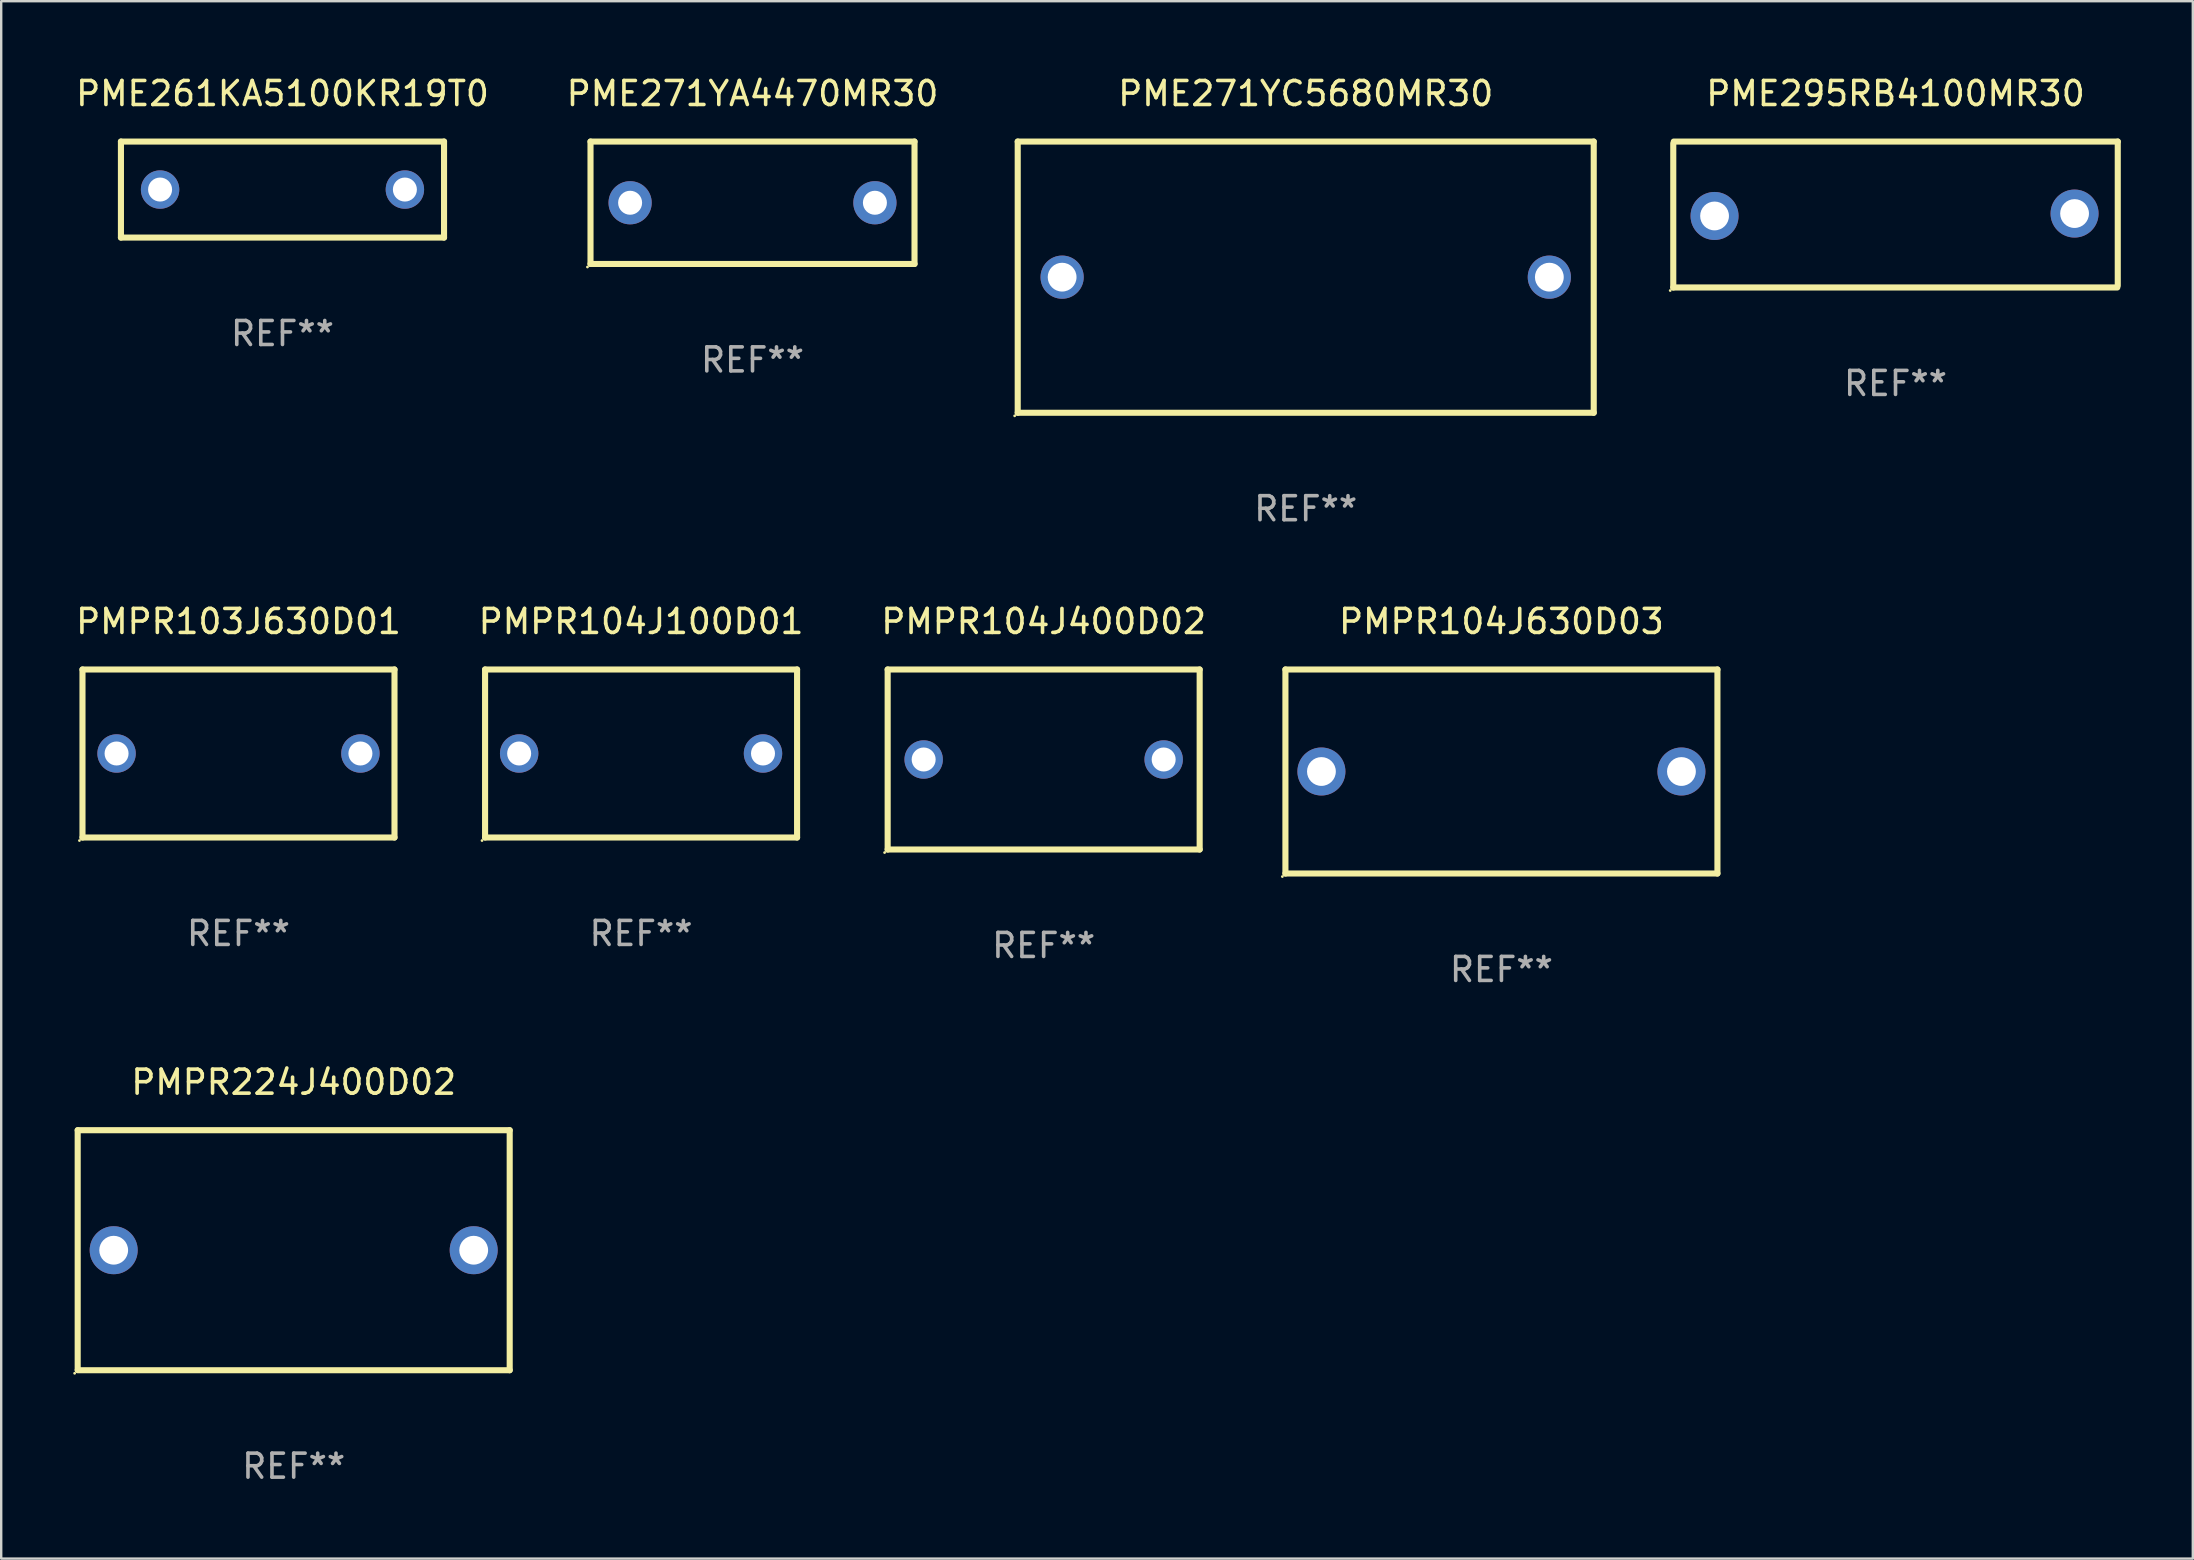
<source format=kicad_pcb>
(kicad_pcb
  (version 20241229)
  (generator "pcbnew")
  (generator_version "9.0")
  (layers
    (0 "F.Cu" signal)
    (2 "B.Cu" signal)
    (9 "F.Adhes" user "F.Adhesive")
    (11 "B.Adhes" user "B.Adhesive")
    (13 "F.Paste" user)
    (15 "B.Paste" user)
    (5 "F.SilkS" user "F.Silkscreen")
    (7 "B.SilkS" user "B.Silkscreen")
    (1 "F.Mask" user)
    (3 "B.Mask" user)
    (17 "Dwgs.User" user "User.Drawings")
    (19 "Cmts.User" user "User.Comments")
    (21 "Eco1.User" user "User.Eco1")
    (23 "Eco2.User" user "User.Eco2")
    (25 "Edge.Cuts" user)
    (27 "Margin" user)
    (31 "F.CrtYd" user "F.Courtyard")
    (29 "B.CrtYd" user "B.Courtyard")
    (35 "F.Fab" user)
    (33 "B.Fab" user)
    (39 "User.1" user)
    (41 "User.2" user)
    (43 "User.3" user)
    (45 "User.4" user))
  (footprint "PME295RB4100MR30"
    (layer "F.Cu")
    (at 75.928 5.888)
    (property "Reference" "PME295RB4100MR30" (at 0 -5.04 0) (layer "F.SilkS") (effects (font (size 1 1) (thickness 0.15))))
    (attr through_hole)
    (fp_line (start -9.26 3.04) (end -9.26 -2.96) (stroke (width 0.254) (type solid)) (layer "F.SilkS"))
    (fp_line (start -9.24 -3.04) (end 9.26 -3.04) (stroke (width 0.254) (type solid)) (layer "F.SilkS"))
    (fp_line (start 9.24 3.04) (end -9.26 3.04) (stroke (width 0.254) (type solid)) (layer "F.SilkS"))
    (fp_line (start 9.26 -3.04) (end 9.26 2.96) (stroke (width 0.254) (type solid)) (layer "F.SilkS"))
    (fp_circle (center -9.387 3.167) (end -9.357 3.167) (stroke (width 0.06) (type solid)) (fill no) (layer "F.SilkS"))
    (fp_text user "REF**" (at 0 7.04 0) (layer "F.Fab") (effects (font (size 1 1) (thickness 0.15))))
    (pad "1" thru_hole circle (at -7.54 0.06) (size 2 2) (drill 1.2) (layers "*.Cu" "*.Mask"))
    (pad "2" thru_hole circle (at 7.46 -0.04) (size 2 2) (drill 1.2) (layers "*.Cu" "*.Mask")))
  (footprint "PMPR104J100D01"
    (layer "F.Cu")
    (at 23.661 28.345)
    (property "Reference" "PMPR104J100D01" (at 0 -5.5 0) (layer "F.SilkS") (effects (font (size 1 1) (thickness 0.15))))
    (attr through_hole)
    (fp_line (start -6.5 -3.5) (end 6.5 -3.5) (stroke (width 0.254) (type solid)) (layer "F.SilkS"))
    (fp_line (start -6.5 3.5) (end -6.5 -3.5) (stroke (width 0.254) (type solid)) (layer "F.SilkS"))
    (fp_line (start 6.5 -3.5) (end 6.5 3.5) (stroke (width 0.254) (type solid)) (layer "F.SilkS"))
    (fp_line (start 6.5 3.5) (end -6.5 3.5) (stroke (width 0.254) (type solid)) (layer "F.SilkS"))
    (fp_circle (center -6.627 3.627) (end -6.597 3.627) (stroke (width 0.06) (type solid)) (fill no) (layer "F.SilkS"))
    (fp_text user "REF**" (at 0 7.5 0) (layer "F.Fab") (effects (font (size 1 1) (thickness 0.15))))
    (pad "1" thru_hole circle (at -5.08 -0.000127) (size 1.6 1.6) (drill 1) (layers "*.Cu" "*.Mask"))
    (pad "2" thru_hole circle (at 5.08 -0.000127) (size 1.6 1.6) (drill 1) (layers "*.Cu" "*.Mask")))
  (footprint "PMPR104J630D03"
    (layer "F.Cu")
    (at 59.508 29.095)
    (property "Reference" "PMPR104J630D03" (at 0 -6.25 0) (layer "F.SilkS") (effects (font (size 1 1) (thickness 0.15))))
    (attr through_hole)
    (fp_line (start -9 -4.25) (end -9 4.25) (stroke (width 0.254) (type solid)) (layer "F.SilkS"))
    (fp_line (start -9 -4.25) (end 9 -4.25) (stroke (width 0.254) (type solid)) (layer "F.SilkS"))
    (fp_line (start 9 4.25) (end -9 4.25) (stroke (width 0.254) (type solid)) (layer "F.SilkS"))
    (fp_line (start 9 4.25) (end 9 -4.25) (stroke (width 0.254) (type solid)) (layer "F.SilkS"))
    (fp_circle (center -9.127 4.377) (end -9.097 4.377) (stroke (width 0.06) (type solid)) (fill no) (layer "F.SilkS"))
    (fp_text user "REF**" (at 0 8.25 0) (layer "F.Fab") (effects (font (size 1 1) (thickness 0.15))))
    (pad "1" thru_hole circle (at -7.5 0) (size 2 2) (drill 1.2) (layers "*.Cu" "*.Mask"))
    (pad "2" thru_hole circle (at 7.5 0) (size 2 2) (drill 1.2) (layers "*.Cu" "*.Mask")))
  (footprint "PME271YA4470MR30"
    (layer "F.Cu")
    (at 28.304 5.398)
    (property "Reference" "PME271YA4470MR30" (at 0 -4.55 0) (layer "F.SilkS") (effects (font (size 1 1) (thickness 0.15))))
    (attr through_hole)
    (fp_line (start -6.75 -2.55) (end 6.75 -2.55) (stroke (width 0.254) (type solid)) (layer "F.SilkS"))
    (fp_line (start -6.75 2.55) (end -6.75 -2.55) (stroke (width 0.254) (type solid)) (layer "F.SilkS"))
    (fp_line (start 6.75 -2.55) (end 6.75 2.55) (stroke (width 0.254) (type solid)) (layer "F.SilkS"))
    (fp_line (start 6.75 2.55) (end -6.75 2.55) (stroke (width 0.254) (type solid)) (layer "F.SilkS"))
    (fp_circle (center -6.877 2.677) (end -6.847 2.677) (stroke (width 0.06) (type solid)) (fill no) (layer "F.SilkS"))
    (fp_text user "REF**" (at 0 6.55 0) (layer "F.Fab") (effects (font (size 1 1) (thickness 0.15))))
    (pad "1" thru_hole circle (at -5.1 0) (size 1.8 1.8) (drill 1) (layers "*.Cu" "*.Mask"))
    (pad "2" thru_hole circle (at 5.1 0) (size 1.8 1.8) (drill 1) (layers "*.Cu" "*.Mask")))
  (footprint "PME261KA5100KR19T0"
    (layer "F.Cu")
    (at 8.72 4.848)
    (property "Reference" "PME261KA5100KR19T0" (at 0 -4 0) (layer "F.SilkS") (effects (font (size 1 1) (thickness 0.15))))
    (attr through_hole)
    (fp_line (start -6.731 -2) (end -6.731 2) (stroke (width 0.254) (type solid)) (layer "F.SilkS"))
    (fp_line (start -6.731 -2) (end 6.731 -2) (stroke (width 0.254) (type solid)) (layer "F.SilkS"))
    (fp_line (start -6.731 2) (end 6.731 2) (stroke (width 0.254) (type solid)) (layer "F.SilkS"))
    (fp_line (start 6.731 -2) (end 6.731 2) (stroke (width 0.254) (type solid)) (layer "F.SilkS"))
    (fp_text user "REF**" (at 0 6 0) (layer "F.Fab") (effects (font (size 1 1) (thickness 0.15))))
    (pad "1" thru_hole circle (at -5.1 0) (size 1.6 1.6) (drill 1) (layers "*.Cu" "*.Mask"))
    (pad "2" thru_hole circle (at 5.1 0) (size 1.6 1.6) (drill 1) (layers "*.Cu" "*.Mask")))
  (footprint "PMPR103J630D01"
    (layer "F.Cu")
    (at 6.887 28.345)
    (property "Reference" "PMPR103J630D01" (at 0 -5.5 0) (layer "F.SilkS") (effects (font (size 1 1) (thickness 0.15))))
    (attr through_hole)
    (fp_line (start -6.5 -3.5) (end 6.5 -3.5) (stroke (width 0.254) (type solid)) (layer "F.SilkS"))
    (fp_line (start -6.5 3.5) (end -6.5 -3.5) (stroke (width 0.254) (type solid)) (layer "F.SilkS"))
    (fp_line (start 6.5 -3.5) (end 6.5 3.5) (stroke (width 0.254) (type solid)) (layer "F.SilkS"))
    (fp_line (start 6.5 3.5) (end -6.5 3.5) (stroke (width 0.254) (type solid)) (layer "F.SilkS"))
    (fp_circle (center -6.627 3.627) (end -6.597 3.627) (stroke (width 0.06) (type solid)) (fill no) (layer "F.SilkS"))
    (fp_text user "REF**" (at 0 7.5 0) (layer "F.Fab") (effects (font (size 1 1) (thickness 0.15))))
    (pad "1" thru_hole circle (at -5.08 -0.000127) (size 1.6 1.6) (drill 1) (layers "*.Cu" "*.Mask"))
    (pad "2" thru_hole circle (at 5.08 -0.000127) (size 1.6 1.6) (drill 1) (layers "*.Cu" "*.Mask")))
  (footprint "PMPR224J400D02"
    (layer "F.Cu")
    (at 9.187 49.041)
    (property "Reference" "PMPR224J400D02" (at 0 -7 0) (layer "F.SilkS") (effects (font (size 1 1) (thickness 0.15))))
    (attr through_hole)
    (fp_line (start -9 -5) (end -9 4.98) (stroke (width 0.254) (type solid)) (layer "F.SilkS"))
    (fp_line (start -9 -5) (end 9 -5) (stroke (width 0.254) (type solid)) (layer "F.SilkS"))
    (fp_line (start -9 5) (end 9 5) (stroke (width 0.254) (type solid)) (layer "F.SilkS"))
    (fp_line (start 9 -5) (end 9 5) (stroke (width 0.254) (type solid)) (layer "F.SilkS"))
    (fp_circle (center -9.127 5.127) (end -9.097 5.127) (stroke (width 0.06) (type solid)) (fill no) (layer "F.SilkS"))
    (fp_text user "REF**" (at 0 9 0) (layer "F.Fab") (effects (font (size 1 1) (thickness 0.15))))
    (pad "1" thru_hole circle (at -7.5 0) (size 2 2) (drill 1.2) (layers "*.Cu" "*.Mask"))
    (pad "2" thru_hole circle (at 7.5 0) (size 2 2) (drill 1.2) (layers "*.Cu" "*.Mask")))
  (footprint "PME271YC5680MR30"
    (layer "F.Cu")
    (at 51.354 8.498)
    (property "Reference" "PME271YC5680MR30" (at 0 -7.65 0) (layer "F.SilkS") (effects (font (size 1 1) (thickness 0.15))))
    (attr through_hole)
    (fp_line (start -12 -5.65) (end 12 -5.65) (stroke (width 0.254) (type solid)) (layer "F.SilkS"))
    (fp_line (start -12 5.65) (end -12 -5.65) (stroke (width 0.254) (type solid)) (layer "F.SilkS"))
    (fp_line (start 12 -5.65) (end 12 5.65) (stroke (width 0.254) (type solid)) (layer "F.SilkS"))
    (fp_line (start 12 5.65) (end -12 5.65) (stroke (width 0.254) (type solid)) (layer "F.SilkS"))
    (fp_circle (center -12.127 5.777) (end -12.097 5.777) (stroke (width 0.06) (type solid)) (fill no) (layer "F.SilkS"))
    (fp_text user "REF**" (at 0 9.65 0) (layer "F.Fab") (effects (font (size 1 1) (thickness 0.15))))
    (pad "1" thru_hole circle (at -10.15 0) (size 1.8 1.8) (drill 1.2) (layers "*.Cu" "*.Mask"))
    (pad "2" thru_hole circle (at 10.15 0) (size 1.8 1.8) (drill 1.2) (layers "*.Cu" "*.Mask")))
  (footprint "PMPR104J400D02"
    (layer "F.Cu")
    (at 40.435 28.595)
    (property "Reference" "PMPR104J400D02" (at 0 -5.75 0) (layer "F.SilkS") (effects (font (size 1 1) (thickness 0.15))))
    (attr through_hole)
    (fp_line (start -6.5 -3.75) (end 6.5 -3.75) (stroke (width 0.254) (type solid)) (layer "F.SilkS"))
    (fp_line (start -6.5 3.75) (end -6.5 -3.75) (stroke (width 0.254) (type solid)) (layer "F.SilkS"))
    (fp_line (start 6.5 -3.75) (end 6.5 3.75) (stroke (width 0.254) (type solid)) (layer "F.SilkS"))
    (fp_line (start 6.5 3.75) (end -6.5 3.75) (stroke (width 0.254) (type solid)) (layer "F.SilkS"))
    (fp_circle (center -6.627 3.877) (end -6.597 3.877) (stroke (width 0.06) (type solid)) (fill no) (layer "F.SilkS"))
    (fp_text user "REF**" (at 0 7.75 0) (layer "F.Fab") (effects (font (size 1 1) (thickness 0.15))))
    (pad "1" thru_hole circle (at -5 0) (size 1.6 1.6) (drill 1) (layers "*.Cu" "*.Mask"))
    (pad "2" thru_hole circle (at 5 0) (size 1.6 1.6) (drill 1) (layers "*.Cu" "*.Mask")))
  (gr_rect
    (start -3 -3)
    (end 88.315 61.89)
    (stroke (width 0.1) (type default))
    (fill no)
    (layer "Edge.Cuts")))
</source>
